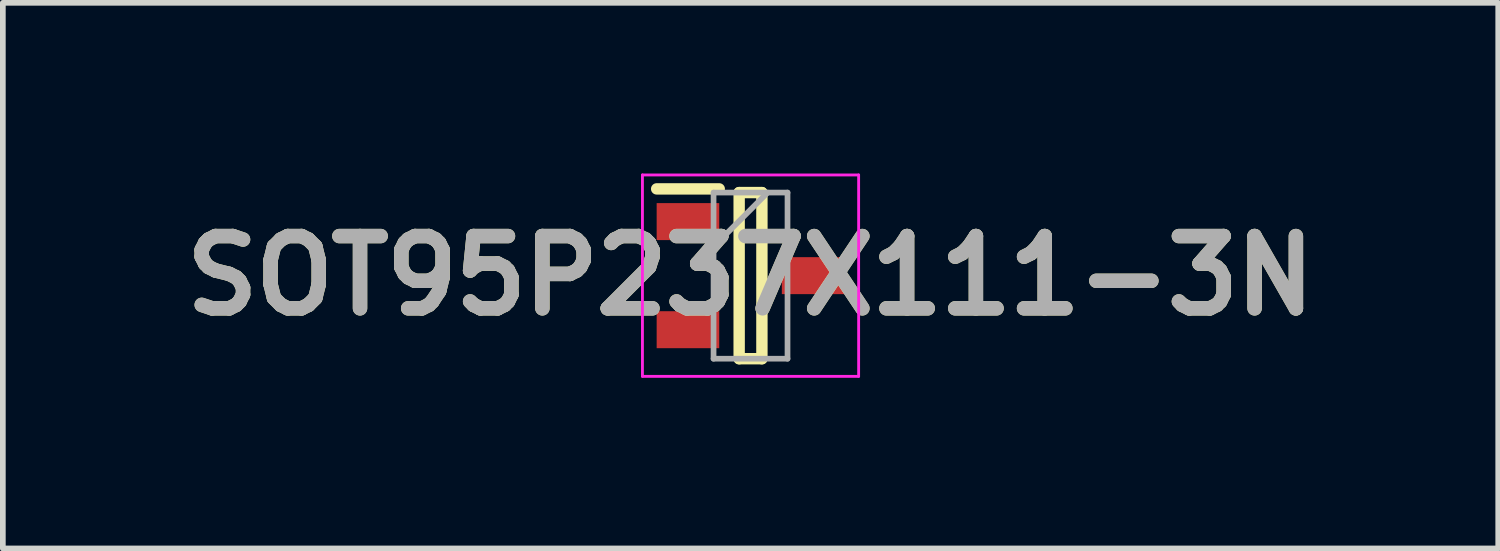
<source format=kicad_pcb>
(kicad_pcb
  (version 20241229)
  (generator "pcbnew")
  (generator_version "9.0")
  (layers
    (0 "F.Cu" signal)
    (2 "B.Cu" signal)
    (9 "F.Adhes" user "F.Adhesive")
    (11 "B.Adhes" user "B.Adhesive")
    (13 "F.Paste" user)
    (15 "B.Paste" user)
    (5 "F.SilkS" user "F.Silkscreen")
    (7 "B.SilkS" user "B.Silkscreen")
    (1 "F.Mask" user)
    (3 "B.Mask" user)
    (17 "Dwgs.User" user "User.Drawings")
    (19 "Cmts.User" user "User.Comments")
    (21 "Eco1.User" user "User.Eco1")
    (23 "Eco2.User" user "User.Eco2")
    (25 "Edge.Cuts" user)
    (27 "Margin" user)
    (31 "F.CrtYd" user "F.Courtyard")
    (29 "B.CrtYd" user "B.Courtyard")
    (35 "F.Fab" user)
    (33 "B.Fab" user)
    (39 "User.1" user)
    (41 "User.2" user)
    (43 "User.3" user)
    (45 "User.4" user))
  (footprint "SOT95P237X111-3N"
    (layer "F.Cu")
    (at 10.142 1.795)
    (property "Reference" "SOT95P237X111-3N" (at 0 0 0) (layer "F.SilkS") (effects (font (size 1.27 1.27) (thickness 0.254))))
    (attr smd)
    (fp_line (start -1.65 -1.525) (end -0.55 -1.525) (stroke (width 0.2) (type solid)) (layer "F.SilkS"))
    (fp_line (start -0.2 -1.46) (end 0.2 -1.46) (stroke (width 0.2) (type solid)) (layer "F.SilkS"))
    (fp_line (start -0.2 1.46) (end -0.2 -1.46) (stroke (width 0.2) (type solid)) (layer "F.SilkS"))
    (fp_line (start 0.2 -1.46) (end 0.2 1.46) (stroke (width 0.2) (type solid)) (layer "F.SilkS"))
    (fp_line (start 0.2 1.46) (end -0.2 1.46) (stroke (width 0.2) (type solid)) (layer "F.SilkS"))
    (fp_line (start -1.9 -1.77) (end 1.9 -1.77) (stroke (width 0.05) (type solid)) (layer "F.CrtYd"))
    (fp_line (start -1.9 1.77) (end -1.9 -1.77) (stroke (width 0.05) (type solid)) (layer "F.CrtYd"))
    (fp_line (start 1.9 -1.77) (end 1.9 1.77) (stroke (width 0.05) (type solid)) (layer "F.CrtYd"))
    (fp_line (start 1.9 1.77) (end -1.9 1.77) (stroke (width 0.05) (type solid)) (layer "F.CrtYd"))
    (fp_line (start -0.65 -1.46) (end 0.65 -1.46) (stroke (width 0.1) (type solid)) (layer "F.Fab"))
    (fp_line (start -0.65 -0.51) (end 0.3 -1.46) (stroke (width 0.1) (type solid)) (layer "F.Fab"))
    (fp_line (start -0.65 1.46) (end -0.65 -1.46) (stroke (width 0.1) (type solid)) (layer "F.Fab"))
    (fp_line (start 0.65 -1.46) (end 0.65 1.46) (stroke (width 0.1) (type solid)) (layer "F.Fab"))
    (fp_line (start 0.65 1.46) (end -0.65 1.46) (stroke (width 0.1) (type solid)) (layer "F.Fab"))
    (fp_text user "${REFERENCE}" (at 0 0 0) (layer "F.Fab") (effects (font (size 1.27 1.27) (thickness 0.254))))
    (pad "1" smd rect (at -1.1 -0.95 90) (size 0.65 1.1) (layers "F.Cu" "F.Mask" "F.Paste"))
    (pad "2" smd rect (at -1.1 0.95 90) (size 0.65 1.1) (layers "F.Cu" "F.Mask" "F.Paste"))
    (pad "3" smd rect (at 1.1 0 90) (size 0.65 1.1) (layers "F.Cu" "F.Mask" "F.Paste")))
  (gr_rect
    (start -3 -3)
    (end 23.284 6.59)
    (stroke (width 0.1) (type default))
    (fill no)
    (layer "Edge.Cuts")))
</source>
